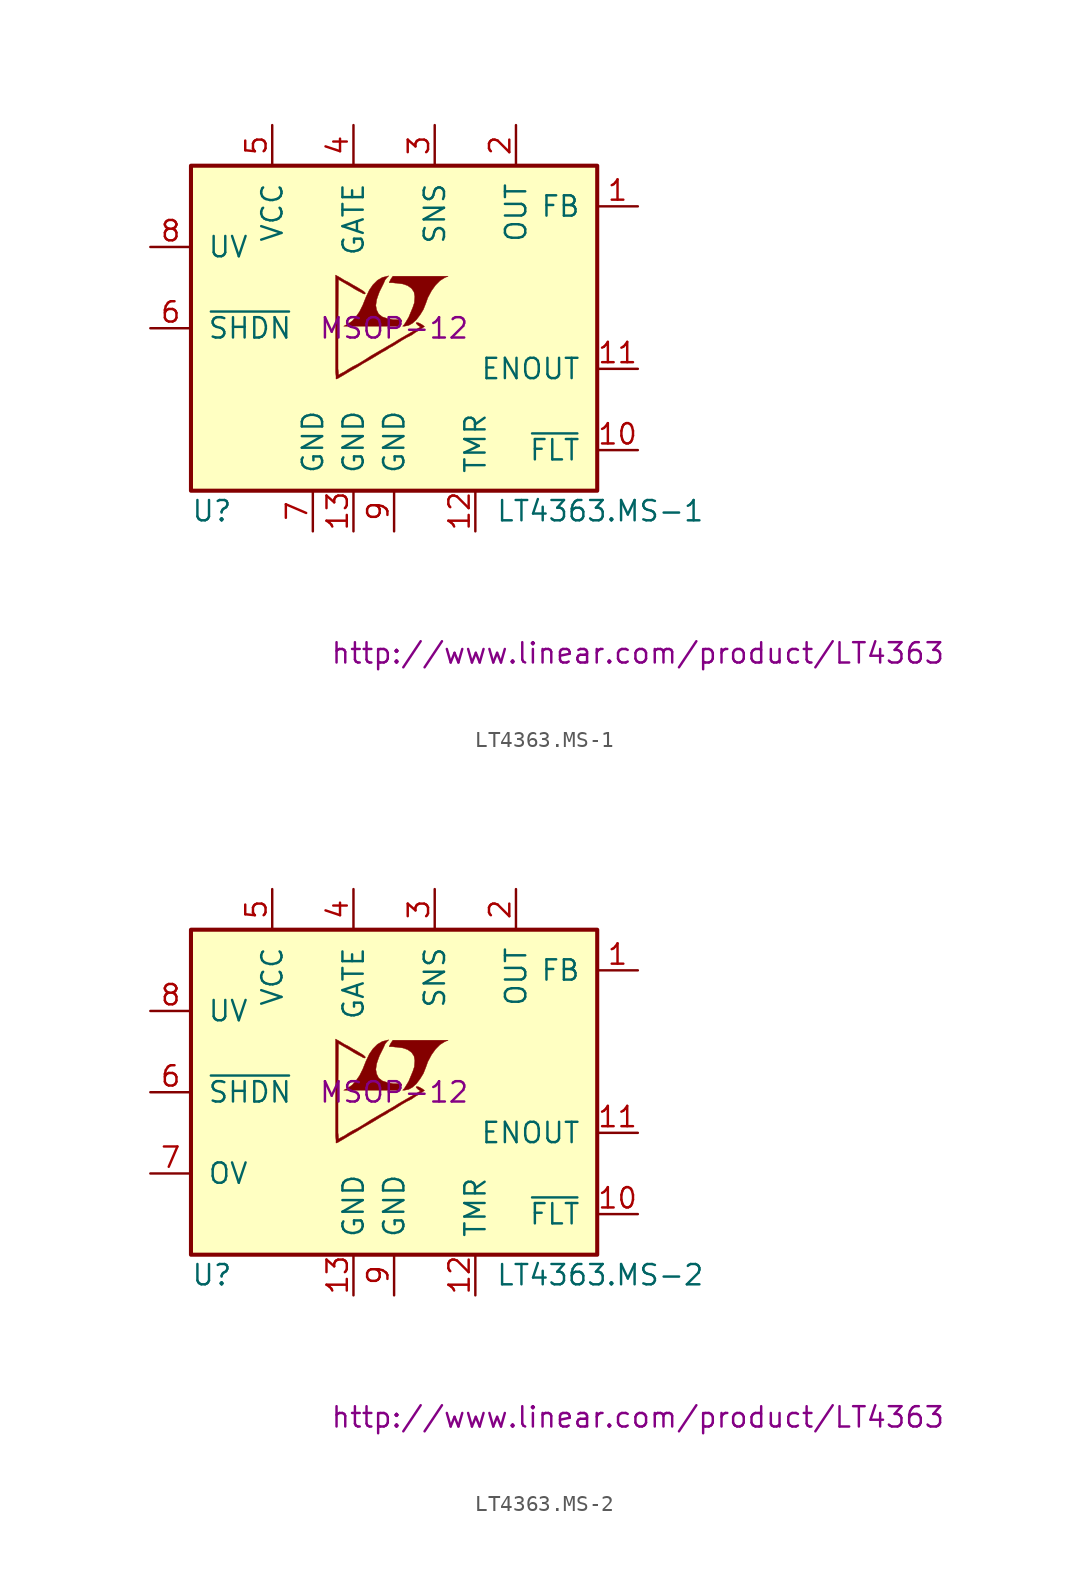
<source format=kicad_sym>
(kicad_symbol_lib
  (version 20201005)
  (generator kicad_symbol_editor)
  (symbol "LT4363.MS-1"
    (pin_names
      (offset 1.016))
    (property "Reference" "U"
      (at -12.7 -11.43 0)
      (effects (font (size 1.27 1.27)) (justify left)))
    (property "Value" "LT4363.MS-1"
      (at 6.35 -11.43 0)
      (effects (font (size 1.27 1.27)) (justify left)))
    (property "Footprint" "MSOP-12"
      (at 0 0 0)
      (effects (font (size 1.27 1.27))))
    (property "Datasheet" "http://www.linear.com/product/LT4363"
      (at 15.24 -20.32 0)
      (effects (font (size 1.27 1.27))))
    (symbol "LT4363.MS-1_0_0"
      (polyline (pts (xy 0.381 0.305) (xy 0.406 0.33) (xy 0.457 0.432) (xy 0.483 0.508) (xy 0.406 0.533) (xy -0.051 0.533) (xy -0.432 0.61) (xy -0.737 0.711) (xy -0.965 0.889) (xy -1.092 1.143) (xy -1.143 1.422) (xy -1.092 1.778) (xy -1.016 2.007) (xy -0.914 2.286) (xy -0.66 2.794) (xy -0.559 3.023) (xy -0.457 3.15) (xy -0.33 3.277) (xy -0.737 3.175) (xy -1.041 2.997) (xy -1.321 2.718) (xy -1.549 2.388) (xy -1.727 2.007) (xy -1.753 1.956) (xy -1.956 1.448) (xy -2.159 1.041) (xy -2.388 0.711) (xy -2.616 0.457) (xy -2.87 0.279) (xy -3.15 0.127) (xy 0.254 0.127) (xy 0.381 0.305)) (stroke (width 0.025)) (fill (type outline)))
      (polyline (pts (xy 0.914 0.178) (xy 1.143 0.305) (xy 1.397 0.533) (xy 1.626 0.838) (xy 1.829 1.168) (xy 1.981 1.549) (xy 2.108 1.905) (xy 2.337 2.337) (xy 2.591 2.692) (xy 2.87 2.972) (xy 3.15 3.15) (xy 3.378 3.251) (xy -0.076 3.251) (xy -0.203 3.073) (xy -0.279 2.921) (xy -0.305 2.845) (xy -0.102 2.845) (xy 0.102 2.819) (xy 0.152 2.819) (xy 0.533 2.769) (xy 0.838 2.667) (xy 1.092 2.489) (xy 1.245 2.261) (xy 1.295 1.981) (xy 1.27 1.651) (xy 1.27 1.6) (xy 1.168 1.295) (xy 0.914 0.686) (xy 0.762 0.432) (xy 0.635 0.229) (xy 0.533 0.127) (xy 0.66 0.127) (xy 0.914 0.178)) (stroke (width 0.025)) (fill (type outline)))
      (polyline (pts (xy -3.531 -3.15) (xy -3.404 -3.073) (xy -3.226 -2.972) (xy -2.718 -2.667) (xy -2.311 -2.438) (xy -1.905 -2.184) (xy -1.499 -1.956) (xy -1.118 -1.727) (xy -0.787 -1.524) (xy -0.508 -1.372) (xy -0.279 -1.219) (xy -0.127 -1.143) (xy 0 -1.067) (xy 0.203 -0.94) (xy 0.483 -0.762) (xy 0.787 -0.584) (xy 1.092 -0.432) (xy 1.346 -0.254) (xy 1.575 -0.127) (xy 1.753 0) (xy 1.854 0.076) (xy 1.905 0.127) (xy 1.88 0.127) (xy 1.778 0.203) (xy 1.651 0.279) (xy 1.549 0.33) (xy 1.422 0.356) (xy 1.372 0.33) (xy 1.397 0.279) (xy 1.499 0.178) (xy 1.651 0.076) (xy 0.279 -0.711) (xy 0 -0.889) (xy -1.448 -1.727) (xy -1.88 -2.007) (xy -2.261 -2.235) (xy -2.565 -2.388) (xy -2.87 -2.565) (xy -3.099 -2.718) (xy -3.302 -2.819) (xy -3.429 -2.896) (xy -3.48 -2.896) (xy -3.48 -2.769) (xy -3.505 -2.54) (xy -3.505 0.076) (xy -3.48 3.048) (xy -2.692 2.591) (xy -2.489 2.464) (xy -2.261 2.337) (xy -2.057 2.235) (xy -1.93 2.159) (xy -1.854 2.134) (xy -1.803 2.159) (xy -1.803 2.21) (xy -1.905 2.311) (xy -2.108 2.438) (xy -2.362 2.591) (xy -2.591 2.718) (xy -2.845 2.87) (xy -3.099 2.997) (xy -3.302 3.124) (xy -3.658 3.327) (xy -3.658 -2.743) (xy -3.632 -2.997) (xy -3.632 -3.175) (xy -3.607 -3.175) (xy -3.531 -3.15)) (stroke (width 0.025)) (fill (type outline))))
    (symbol "LT4363.MS-1_0_1"
      (rectangle (start -12.7 10.16) (end 12.7 -10.16) (stroke (width 0.254)) (fill (type background))))
    (symbol "LT4363.MS-1_1_1"
      (pin passive line (at 15.24 7.62 180) (length 2.54) (name "FB" (effects (font (size 1.27 1.27)))) (number "1" (effects (font (size 1.27 1.27)))))
      (pin passive line (at 7.62 12.7 270) (length 2.54) (name "OUT" (effects (font (size 1.27 1.27)))) (number "2" (effects (font (size 1.27 1.27)))))
      (pin passive line (at 2.54 12.7 270) (length 2.54) (name "SNS" (effects (font (size 1.27 1.27)))) (number "3" (effects (font (size 1.27 1.27)))))
      (pin input line (at -2.54 12.7 270) (length 2.54) (name "GATE" (effects (font (size 1.27 1.27)))) (number "4" (effects (font (size 1.27 1.27)))))
      (pin power_in line (at -7.62 12.7 270) (length 2.54) (name "VCC" (effects (font (size 1.27 1.27)))) (number "5" (effects (font (size 1.27 1.27)))))
      (pin input line (at -15.24 0 0) (length 2.54) (name "~SHDN~" (effects (font (size 1.27 1.27)))) (number "6" (effects (font (size 1.27 1.27)))))
      (pin power_in line (at -5.08 -12.7 90) (length 2.54) (name "GND" (effects (font (size 1.27 1.27)))) (number "7" (effects (font (size 1.27 1.27)))))
      (pin input line (at -15.24 5.08 0) (length 2.54) (name "UV" (effects (font (size 1.27 1.27)))) (number "8" (effects (font (size 1.27 1.27)))))
      (pin power_in line (at 0 -12.7 90) (length 2.54) (name "GND" (effects (font (size 1.27 1.27)))) (number "9" (effects (font (size 1.27 1.27)))))
      (pin open_collector line (at 15.24 -7.62 180) (length 2.54) (name "~FLT~" (effects (font (size 1.27 1.27)))) (number "10" (effects (font (size 1.27 1.27)))))
      (pin output line (at 15.24 -2.54 180) (length 2.54) (name "ENOUT" (effects (font (size 1.27 1.27)))) (number "11" (effects (font (size 1.27 1.27)))))
      (pin passive line (at 5.08 -12.7 90) (length 2.54) (name "TMR" (effects (font (size 1.27 1.27)))) (number "12" (effects (font (size 1.27 1.27)))))
      (pin power_in line (at -2.54 -12.7 90) (length 2.54) (name "GND" (effects (font (size 1.27 1.27)))) (number "13" (effects (font (size 1.27 1.27)))))))
  (symbol "LT4363.MS-2"
    (pin_names
      (offset 1.016))
    (property "Reference" "U"
      (at -12.7 -11.43 0)
      (effects (font (size 1.27 1.27)) (justify left)))
    (property "Value" "LT4363.MS-2"
      (at 6.35 -11.43 0)
      (effects (font (size 1.27 1.27)) (justify left)))
    (property "Footprint" "MSOP-12"
      (at 0 0 0)
      (effects (font (size 1.27 1.27))))
    (property "Datasheet" "http://www.linear.com/product/LT4363"
      (at 15.24 -20.32 0)
      (effects (font (size 1.27 1.27))))
    (symbol "LT4363.MS-2_0_0"
      (polyline (pts (xy 0.381 0.305) (xy 0.406 0.33) (xy 0.457 0.432) (xy 0.483 0.508) (xy 0.406 0.533) (xy -0.051 0.533) (xy -0.432 0.61) (xy -0.737 0.711) (xy -0.965 0.889) (xy -1.092 1.143) (xy -1.143 1.422) (xy -1.092 1.778) (xy -1.016 2.007) (xy -0.914 2.286) (xy -0.66 2.794) (xy -0.559 3.023) (xy -0.457 3.15) (xy -0.33 3.277) (xy -0.737 3.175) (xy -1.041 2.997) (xy -1.321 2.718) (xy -1.549 2.388) (xy -1.727 2.007) (xy -1.753 1.956) (xy -1.956 1.448) (xy -2.159 1.041) (xy -2.388 0.711) (xy -2.616 0.457) (xy -2.87 0.279) (xy -3.15 0.127) (xy 0.254 0.127) (xy 0.381 0.305)) (stroke (width 0.025)) (fill (type outline)))
      (polyline (pts (xy 0.914 0.178) (xy 1.143 0.305) (xy 1.397 0.533) (xy 1.626 0.838) (xy 1.829 1.168) (xy 1.981 1.549) (xy 2.108 1.905) (xy 2.337 2.337) (xy 2.591 2.692) (xy 2.87 2.972) (xy 3.15 3.15) (xy 3.378 3.251) (xy -0.076 3.251) (xy -0.203 3.073) (xy -0.279 2.921) (xy -0.305 2.845) (xy -0.102 2.845) (xy 0.102 2.819) (xy 0.152 2.819) (xy 0.533 2.769) (xy 0.838 2.667) (xy 1.092 2.489) (xy 1.245 2.261) (xy 1.295 1.981) (xy 1.27 1.651) (xy 1.27 1.6) (xy 1.168 1.295) (xy 0.914 0.686) (xy 0.762 0.432) (xy 0.635 0.229) (xy 0.533 0.127) (xy 0.66 0.127) (xy 0.914 0.178)) (stroke (width 0.025)) (fill (type outline)))
      (polyline (pts (xy -3.531 -3.15) (xy -3.404 -3.073) (xy -3.226 -2.972) (xy -2.718 -2.667) (xy -2.311 -2.438) (xy -1.905 -2.184) (xy -1.499 -1.956) (xy -1.118 -1.727) (xy -0.787 -1.524) (xy -0.508 -1.372) (xy -0.279 -1.219) (xy -0.127 -1.143) (xy 0 -1.067) (xy 0.203 -0.94) (xy 0.483 -0.762) (xy 0.787 -0.584) (xy 1.092 -0.432) (xy 1.346 -0.254) (xy 1.575 -0.127) (xy 1.753 0) (xy 1.854 0.076) (xy 1.905 0.127) (xy 1.88 0.127) (xy 1.778 0.203) (xy 1.651 0.279) (xy 1.549 0.33) (xy 1.422 0.356) (xy 1.372 0.33) (xy 1.397 0.279) (xy 1.499 0.178) (xy 1.651 0.076) (xy 0.279 -0.711) (xy 0 -0.889) (xy -1.448 -1.727) (xy -1.88 -2.007) (xy -2.261 -2.235) (xy -2.565 -2.388) (xy -2.87 -2.565) (xy -3.099 -2.718) (xy -3.302 -2.819) (xy -3.429 -2.896) (xy -3.48 -2.896) (xy -3.48 -2.769) (xy -3.505 -2.54) (xy -3.505 0.076) (xy -3.48 3.048) (xy -2.692 2.591) (xy -2.489 2.464) (xy -2.261 2.337) (xy -2.057 2.235) (xy -1.93 2.159) (xy -1.854 2.134) (xy -1.803 2.159) (xy -1.803 2.21) (xy -1.905 2.311) (xy -2.108 2.438) (xy -2.362 2.591) (xy -2.591 2.718) (xy -2.845 2.87) (xy -3.099 2.997) (xy -3.302 3.124) (xy -3.658 3.327) (xy -3.658 -2.743) (xy -3.632 -2.997) (xy -3.632 -3.175) (xy -3.607 -3.175) (xy -3.531 -3.15)) (stroke (width 0.025)) (fill (type outline))))
    (symbol "LT4363.MS-2_0_1"
      (rectangle (start -12.7 10.16) (end 12.7 -10.16) (stroke (width 0.254)) (fill (type background))))
    (symbol "LT4363.MS-2_1_1"
      (pin passive line (at 15.24 7.62 180) (length 2.54) (name "FB" (effects (font (size 1.27 1.27)))) (number "1" (effects (font (size 1.27 1.27)))))
      (pin passive line (at 7.62 12.7 270) (length 2.54) (name "OUT" (effects (font (size 1.27 1.27)))) (number "2" (effects (font (size 1.27 1.27)))))
      (pin passive line (at 2.54 12.7 270) (length 2.54) (name "SNS" (effects (font (size 1.27 1.27)))) (number "3" (effects (font (size 1.27 1.27)))))
      (pin input line (at -2.54 12.7 270) (length 2.54) (name "GATE" (effects (font (size 1.27 1.27)))) (number "4" (effects (font (size 1.27 1.27)))))
      (pin power_in line (at -7.62 12.7 270) (length 2.54) (name "VCC" (effects (font (size 1.27 1.27)))) (number "5" (effects (font (size 1.27 1.27)))))
      (pin input line (at -15.24 0 0) (length 2.54) (name "~SHDN~" (effects (font (size 1.27 1.27)))) (number "6" (effects (font (size 1.27 1.27)))))
      (pin passive line (at -15.24 -5.08 0) (length 2.54) (name "OV" (effects (font (size 1.27 1.27)))) (number "7" (effects (font (size 1.27 1.27)))))
      (pin input line (at -15.24 5.08 0) (length 2.54) (name "UV" (effects (font (size 1.27 1.27)))) (number "8" (effects (font (size 1.27 1.27)))))
      (pin power_in line (at 0 -12.7 90) (length 2.54) (name "GND" (effects (font (size 1.27 1.27)))) (number "9" (effects (font (size 1.27 1.27)))))
      (pin open_collector line (at 15.24 -7.62 180) (length 2.54) (name "~FLT~" (effects (font (size 1.27 1.27)))) (number "10" (effects (font (size 1.27 1.27)))))
      (pin output line (at 15.24 -2.54 180) (length 2.54) (name "ENOUT" (effects (font (size 1.27 1.27)))) (number "11" (effects (font (size 1.27 1.27)))))
      (pin passive line (at 5.08 -12.7 90) (length 2.54) (name "TMR" (effects (font (size 1.27 1.27)))) (number "12" (effects (font (size 1.27 1.27)))))
      (pin power_in line (at -2.54 -12.7 90) (length 2.54) (name "GND" (effects (font (size 1.27 1.27)))) (number "13" (effects (font (size 1.27 1.27))))))))
</source>
